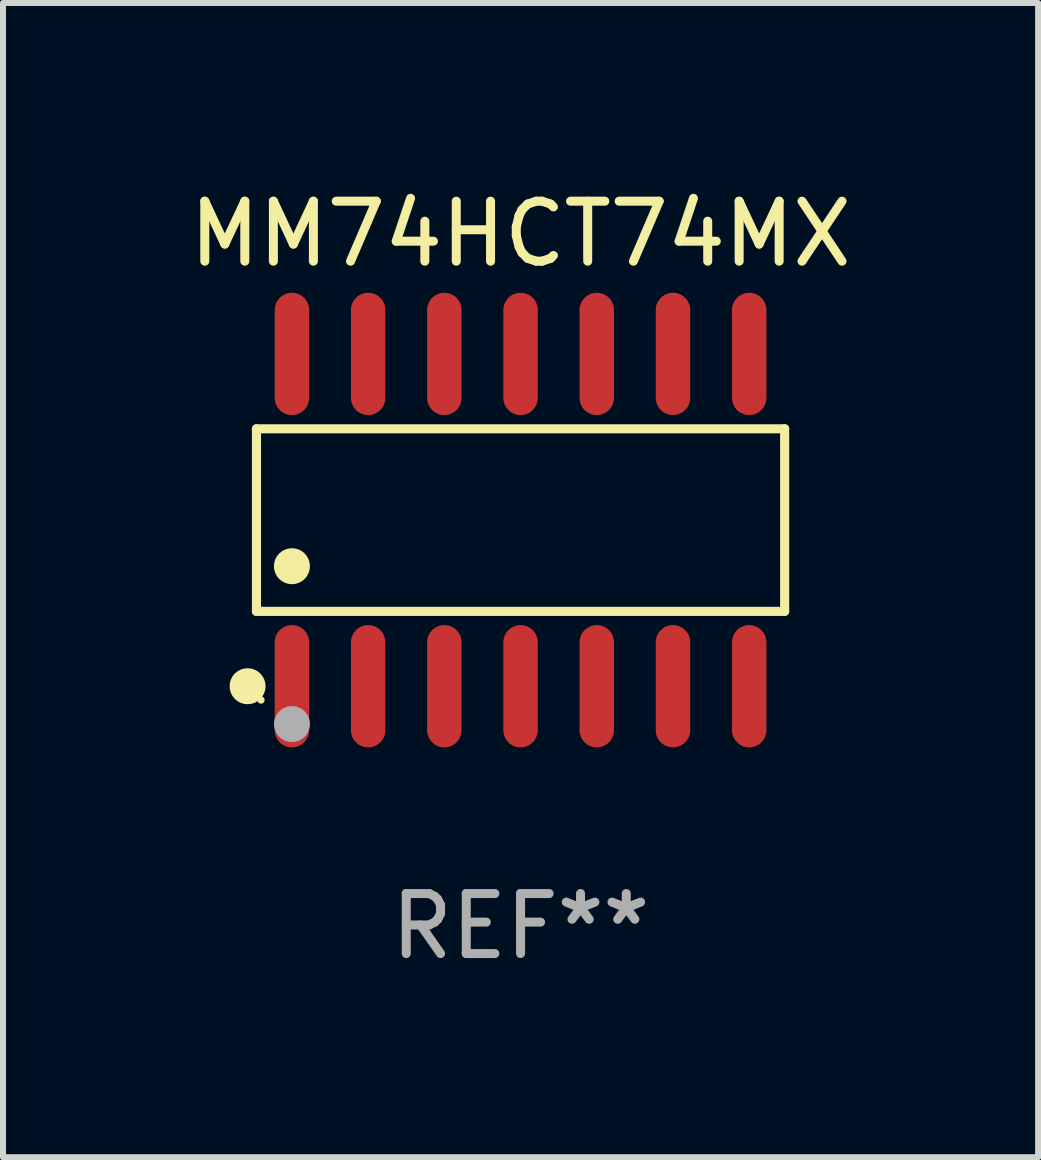
<source format=kicad_pcb>
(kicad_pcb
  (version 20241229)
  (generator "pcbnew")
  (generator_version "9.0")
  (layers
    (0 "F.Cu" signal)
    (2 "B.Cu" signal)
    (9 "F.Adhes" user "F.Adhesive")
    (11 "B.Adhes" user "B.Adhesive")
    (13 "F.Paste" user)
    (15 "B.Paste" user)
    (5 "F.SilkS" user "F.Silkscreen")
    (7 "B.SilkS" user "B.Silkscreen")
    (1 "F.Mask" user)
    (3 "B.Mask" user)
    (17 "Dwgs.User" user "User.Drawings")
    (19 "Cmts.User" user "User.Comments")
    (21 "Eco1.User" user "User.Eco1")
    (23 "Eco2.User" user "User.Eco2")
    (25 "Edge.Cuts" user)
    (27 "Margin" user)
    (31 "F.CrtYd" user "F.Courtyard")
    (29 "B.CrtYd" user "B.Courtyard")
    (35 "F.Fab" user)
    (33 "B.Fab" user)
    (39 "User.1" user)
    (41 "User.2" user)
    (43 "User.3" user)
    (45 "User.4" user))
  (footprint "MM74HCT74MX"
    (layer "F.Cu")
    (at 5.625 5.617)
    (property "Reference" "MM74HCT74MX" (at 0 -4.769 0) (layer "F.SilkS") (effects (font (size 1 1) (thickness 0.15))))
    (attr through_hole)
    (fp_line (start -4.401 -1.521) (end 4.401 -1.521) (stroke (width 0.152) (type solid)) (layer "F.SilkS"))
    (fp_line (start -4.401 1.521) (end -4.401 -1.521) (stroke (width 0.152) (type solid)) (layer "F.SilkS"))
    (fp_line (start 4.401 -1.521) (end 4.401 1.521) (stroke (width 0.152) (type solid)) (layer "F.SilkS"))
    (fp_line (start 4.401 1.521) (end -4.401 1.521) (stroke (width 0.152) (type solid)) (layer "F.SilkS"))
    (fp_circle (center -4.549 2.769) (end -4.399 2.769) (stroke (width 0.3) (type solid)) (fill no) (layer "F.SilkS"))
    (fp_circle (center -4.325 3) (end -4.295 3) (stroke (width 0.06) (type solid)) (fill no) (layer "F.SilkS"))
    (fp_circle (center -3.81 0.769) (end -3.66 0.769) (stroke (width 0.3) (type solid)) (fill no) (layer "F.SilkS"))
    (fp_circle (center -3.81 3.4) (end -3.66 3.4) (stroke (width 0.3) (type solid)) (fill no) (layer "F.Fab"))
    (fp_text user "REF**" (at 0 6.769 0) (layer "F.Fab") (effects (font (size 1 1) (thickness 0.15))))
    (pad "1" smd oval (at -3.81 2.769) (size 0.574 2.038) (layers "F.Cu" "F.Mask" "F.Paste"))
    (pad "2" smd oval (at -2.54 2.769) (size 0.574 2.038) (layers "F.Cu" "F.Mask" "F.Paste"))
    (pad "3" smd oval (at -1.27 2.769) (size 0.574 2.038) (layers "F.Cu" "F.Mask" "F.Paste"))
    (pad "4" smd oval (at 0 2.769) (size 0.574 2.038) (layers "F.Cu" "F.Mask" "F.Paste"))
    (pad "5" smd oval (at 1.27 2.769) (size 0.574 2.038) (layers "F.Cu" "F.Mask" "F.Paste"))
    (pad "6" smd oval (at 2.54 2.769) (size 0.574 2.038) (layers "F.Cu" "F.Mask" "F.Paste"))
    (pad "7" smd oval (at 3.81 2.769) (size 0.574 2.038) (layers "F.Cu" "F.Mask" "F.Paste"))
    (pad "8" smd oval (at 3.81 -2.769) (size 0.574 2.038) (layers "F.Cu" "F.Mask" "F.Paste"))
    (pad "9" smd oval (at 2.54 -2.769) (size 0.574 2.038) (layers "F.Cu" "F.Mask" "F.Paste"))
    (pad "10" smd oval (at 1.27 -2.769) (size 0.574 2.038) (layers "F.Cu" "F.Mask" "F.Paste"))
    (pad "11" smd oval (at 0 -2.769) (size 0.574 2.038) (layers "F.Cu" "F.Mask" "F.Paste"))
    (pad "12" smd oval (at -1.27 -2.769) (size 0.574 2.038) (layers "F.Cu" "F.Mask" "F.Paste"))
    (pad "13" smd oval (at -2.54 -2.769) (size 0.574 2.038) (layers "F.Cu" "F.Mask" "F.Paste"))
    (pad "14" smd oval (at -3.81 -2.769) (size 0.574 2.038) (layers "F.Cu" "F.Mask" "F.Paste")))
  (gr_rect
    (start -3 -3)
    (end 14.25 16.235)
    (stroke (width 0.1) (type default))
    (fill no)
    (layer "Edge.Cuts")))
</source>
